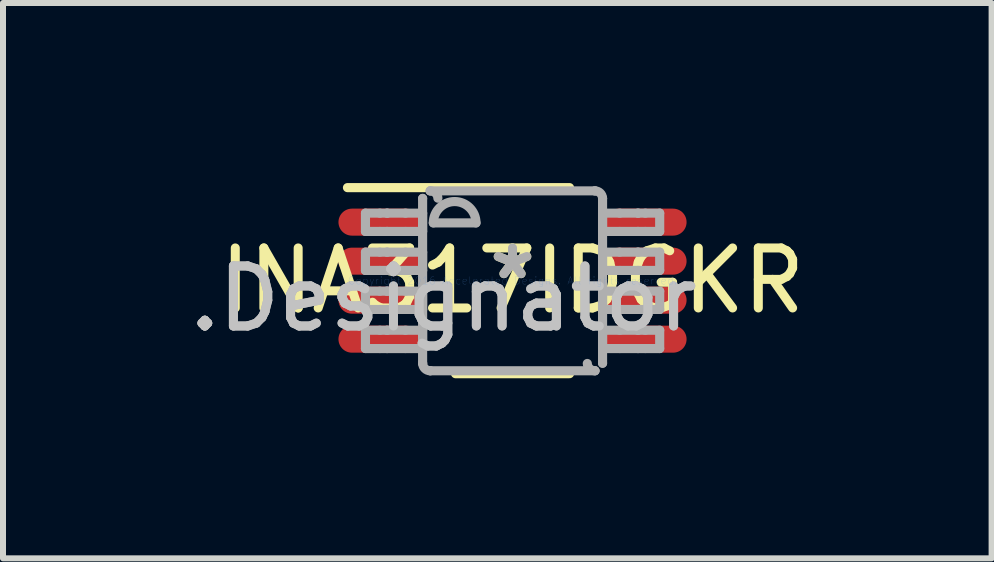
<source format=kicad_pcb>
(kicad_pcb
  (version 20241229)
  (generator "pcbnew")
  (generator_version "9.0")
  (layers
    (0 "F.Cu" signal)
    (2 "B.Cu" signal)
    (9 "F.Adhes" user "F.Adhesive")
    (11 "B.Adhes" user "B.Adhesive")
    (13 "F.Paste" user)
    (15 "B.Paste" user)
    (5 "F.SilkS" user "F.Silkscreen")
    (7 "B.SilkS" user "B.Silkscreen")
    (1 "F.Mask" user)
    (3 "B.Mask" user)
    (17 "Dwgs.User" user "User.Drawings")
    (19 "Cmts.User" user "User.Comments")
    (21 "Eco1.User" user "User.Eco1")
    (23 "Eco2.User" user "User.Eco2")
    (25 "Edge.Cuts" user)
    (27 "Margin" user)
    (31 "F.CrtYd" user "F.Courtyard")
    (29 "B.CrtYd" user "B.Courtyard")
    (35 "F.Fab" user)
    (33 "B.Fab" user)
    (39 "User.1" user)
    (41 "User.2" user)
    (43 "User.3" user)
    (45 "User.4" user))
  (footprint "INA317IDGKR"
    (layer "F.Cu")
    (at 5.489 1.626)
    (property "Reference" "INA317IDGKR" (at 0 0 0) (layer "F.SilkS") (effects (font (size 1 1) (thickness 0.15))))
    (attr through_hole)
    (fp_line (start -2.75 -1.55) (end 0.95 -1.55) (stroke (width 0.152) (type solid)) (layer "F.SilkS"))
    (fp_line (start -0.95 1.55) (end 0.95 1.55) (stroke (width 0.152) (type solid)) (layer "F.SilkS"))
    (fp_line (start -2.45 -1.125) (end -2.21 -1.125) (stroke (width 0.152) (type solid)) (layer "F.Fab"))
    (fp_line (start -2.45 -0.82) (end -2.45 -1.125) (stroke (width 0.152) (type solid)) (layer "F.Fab"))
    (fp_line (start -2.45 -0.82) (end -2.21 -0.82) (stroke (width 0.152) (type solid)) (layer "F.Fab"))
    (fp_line (start -2.45 -0.475) (end -2.21 -0.475) (stroke (width 0.152) (type solid)) (layer "F.Fab"))
    (fp_line (start -2.45 -0.17) (end -2.45 -0.475) (stroke (width 0.152) (type solid)) (layer "F.Fab"))
    (fp_line (start -2.45 -0.17) (end -2.21 -0.17) (stroke (width 0.152) (type solid)) (layer "F.Fab"))
    (fp_line (start -2.45 0.175) (end -2.21 0.175) (stroke (width 0.152) (type solid)) (layer "F.Fab"))
    (fp_line (start -2.45 0.48) (end -2.45 0.175) (stroke (width 0.152) (type solid)) (layer "F.Fab"))
    (fp_line (start -2.45 0.48) (end -2.21 0.48) (stroke (width 0.152) (type solid)) (layer "F.Fab"))
    (fp_line (start -2.45 0.826) (end -2.21 0.826) (stroke (width 0.152) (type solid)) (layer "F.Fab"))
    (fp_line (start -2.45 1.131) (end -2.45 0.826) (stroke (width 0.152) (type solid)) (layer "F.Fab"))
    (fp_line (start -2.45 1.131) (end -2.21 1.131) (stroke (width 0.152) (type solid)) (layer "F.Fab"))
    (fp_line (start -2.21 -1.125) (end -2.091 -1.125) (stroke (width 0.152) (type solid)) (layer "F.Fab"))
    (fp_line (start -2.21 -0.82) (end -2.091 -0.82) (stroke (width 0.152) (type solid)) (layer "F.Fab"))
    (fp_line (start -2.21 -0.475) (end -2.091 -0.475) (stroke (width 0.152) (type solid)) (layer "F.Fab"))
    (fp_line (start -2.21 -0.17) (end -2.091 -0.17) (stroke (width 0.152) (type solid)) (layer "F.Fab"))
    (fp_line (start -2.21 0.175) (end -2.091 0.175) (stroke (width 0.152) (type solid)) (layer "F.Fab"))
    (fp_line (start -2.21 0.48) (end -2.091 0.48) (stroke (width 0.152) (type solid)) (layer "F.Fab"))
    (fp_line (start -2.21 0.826) (end -2.091 0.826) (stroke (width 0.152) (type solid)) (layer "F.Fab"))
    (fp_line (start -2.21 1.131) (end -2.091 1.131) (stroke (width 0.152) (type solid)) (layer "F.Fab"))
    (fp_line (start -2.091 -1.125) (end -2.087 -1.125) (stroke (width 0.152) (type solid)) (layer "F.Fab"))
    (fp_line (start -2.091 -0.82) (end -2.087 -0.82) (stroke (width 0.152) (type solid)) (layer "F.Fab"))
    (fp_line (start -2.091 -0.475) (end -2.087 -0.475) (stroke (width 0.152) (type solid)) (layer "F.Fab"))
    (fp_line (start -2.091 -0.17) (end -2.087 -0.17) (stroke (width 0.152) (type solid)) (layer "F.Fab"))
    (fp_line (start -2.091 0.175) (end -2.087 0.175) (stroke (width 0.152) (type solid)) (layer "F.Fab"))
    (fp_line (start -2.091 0.48) (end -2.087 0.48) (stroke (width 0.152) (type solid)) (layer "F.Fab"))
    (fp_line (start -2.091 0.826) (end -2.087 0.826) (stroke (width 0.152) (type solid)) (layer "F.Fab"))
    (fp_line (start -2.091 1.131) (end -2.087 1.131) (stroke (width 0.152) (type solid)) (layer "F.Fab"))
    (fp_line (start -2.087 -1.125) (end -1.784 -1.125) (stroke (width 0.152) (type solid)) (layer "F.Fab"))
    (fp_line (start -2.087 -0.82) (end -1.784 -0.82) (stroke (width 0.152) (type solid)) (layer "F.Fab"))
    (fp_line (start -2.087 -0.475) (end -1.784 -0.475) (stroke (width 0.152) (type solid)) (layer "F.Fab"))
    (fp_line (start -2.087 -0.17) (end -1.784 -0.17) (stroke (width 0.152) (type solid)) (layer "F.Fab"))
    (fp_line (start -2.087 0.175) (end -1.784 0.175) (stroke (width 0.152) (type solid)) (layer "F.Fab"))
    (fp_line (start -2.087 0.48) (end -1.784 0.48) (stroke (width 0.152) (type solid)) (layer "F.Fab"))
    (fp_line (start -2.087 0.826) (end -1.784 0.826) (stroke (width 0.152) (type solid)) (layer "F.Fab"))
    (fp_line (start -2.087 1.131) (end -1.784 1.131) (stroke (width 0.152) (type solid)) (layer "F.Fab"))
    (fp_line (start -1.784 -1.125) (end -1.498 -1.125) (stroke (width 0.152) (type solid)) (layer "F.Fab"))
    (fp_line (start -1.784 -0.82) (end -1.498 -0.82) (stroke (width 0.152) (type solid)) (layer "F.Fab"))
    (fp_line (start -1.784 -0.475) (end -1.498 -0.475) (stroke (width 0.152) (type solid)) (layer "F.Fab"))
    (fp_line (start -1.784 -0.17) (end -1.498 -0.17) (stroke (width 0.152) (type solid)) (layer "F.Fab"))
    (fp_line (start -1.784 0.175) (end -1.498 0.175) (stroke (width 0.152) (type solid)) (layer "F.Fab"))
    (fp_line (start -1.784 0.48) (end -1.498 0.48) (stroke (width 0.152) (type solid)) (layer "F.Fab"))
    (fp_line (start -1.784 0.826) (end -1.498 0.826) (stroke (width 0.152) (type solid)) (layer "F.Fab"))
    (fp_line (start -1.784 1.131) (end -1.498 1.131) (stroke (width 0.152) (type solid)) (layer "F.Fab"))
    (fp_line (start -1.498 -1.369) (end -1.497 -1.372) (stroke (width 0.152) (type solid)) (layer "F.Fab"))
    (fp_line (start -1.498 -0.82) (end -1.498 -1.125) (stroke (width 0.152) (type solid)) (layer "F.Fab"))
    (fp_line (start -1.498 -0.17) (end -1.498 -0.475) (stroke (width 0.152) (type solid)) (layer "F.Fab"))
    (fp_line (start -1.498 0.48) (end -1.498 0.175) (stroke (width 0.152) (type solid)) (layer "F.Fab"))
    (fp_line (start -1.498 1.131) (end -1.498 0.826) (stroke (width 0.152) (type solid)) (layer "F.Fab"))
    (fp_line (start -1.498 1.374) (end -1.498 -1.369) (stroke (width 0.152) (type solid)) (layer "F.Fab"))
    (fp_line (start -1.498 1.374) (end -1.497 1.377) (stroke (width 0.152) (type solid)) (layer "F.Fab"))
    (fp_line (start -1.373 -1.496) (end -1.371 -1.496) (stroke (width 0.152) (type solid)) (layer "F.Fab"))
    (fp_line (start -1.373 1.501) (end -1.371 1.501) (stroke (width 0.152) (type solid)) (layer "F.Fab"))
    (fp_line (start -1.371 -1.496) (end 1.373 -1.496) (stroke (width 0.152) (type solid)) (layer "F.Fab"))
    (fp_line (start -1.371 1.501) (end 1.373 1.501) (stroke (width 0.152) (type solid)) (layer "F.Fab"))
    (fp_line (start -1.32 -0.962) (end -0.609 -0.962) (stroke (width 0.152) (type solid)) (layer "F.Fab"))
    (fp_line (start 1.373 -1.496) (end 1.375 -1.496) (stroke (width 0.152) (type solid)) (layer "F.Fab"))
    (fp_line (start 1.373 1.501) (end 1.375 1.501) (stroke (width 0.152) (type solid)) (layer "F.Fab"))
    (fp_line (start 1.5 -1.372) (end 1.5 -1.369) (stroke (width 0.152) (type solid)) (layer "F.Fab"))
    (fp_line (start 1.5 1.377) (end 1.5 1.374) (stroke (width 0.152) (type solid)) (layer "F.Fab"))
    (fp_line (start 1.5 -1.125) (end 1.786 -1.125) (stroke (width 0.152) (type solid)) (layer "F.Fab"))
    (fp_line (start 1.5 -0.82) (end 1.5 -1.125) (stroke (width 0.152) (type solid)) (layer "F.Fab"))
    (fp_line (start 1.5 -0.82) (end 1.786 -0.82) (stroke (width 0.152) (type solid)) (layer "F.Fab"))
    (fp_line (start 1.5 -0.475) (end 1.786 -0.475) (stroke (width 0.152) (type solid)) (layer "F.Fab"))
    (fp_line (start 1.5 -0.17) (end 1.5 -0.475) (stroke (width 0.152) (type solid)) (layer "F.Fab"))
    (fp_line (start 1.5 -0.17) (end 1.786 -0.17) (stroke (width 0.152) (type solid)) (layer "F.Fab"))
    (fp_line (start 1.5 0.175) (end 1.786 0.175) (stroke (width 0.152) (type solid)) (layer "F.Fab"))
    (fp_line (start 1.5 0.48) (end 1.5 0.175) (stroke (width 0.152) (type solid)) (layer "F.Fab"))
    (fp_line (start 1.5 0.48) (end 1.786 0.48) (stroke (width 0.152) (type solid)) (layer "F.Fab"))
    (fp_line (start 1.5 0.826) (end 1.786 0.826) (stroke (width 0.152) (type solid)) (layer "F.Fab"))
    (fp_line (start 1.5 1.131) (end 1.5 0.826) (stroke (width 0.152) (type solid)) (layer "F.Fab"))
    (fp_line (start 1.5 1.131) (end 1.786 1.131) (stroke (width 0.152) (type solid)) (layer "F.Fab"))
    (fp_line (start 1.5 1.374) (end 1.5 -1.369) (stroke (width 0.152) (type solid)) (layer "F.Fab"))
    (fp_line (start 1.786 -1.125) (end 2.089 -1.125) (stroke (width 0.152) (type solid)) (layer "F.Fab"))
    (fp_line (start 1.786 -0.82) (end 2.089 -0.82) (stroke (width 0.152) (type solid)) (layer "F.Fab"))
    (fp_line (start 1.786 -0.475) (end 2.089 -0.475) (stroke (width 0.152) (type solid)) (layer "F.Fab"))
    (fp_line (start 1.786 -0.17) (end 2.089 -0.17) (stroke (width 0.152) (type solid)) (layer "F.Fab"))
    (fp_line (start 1.786 0.175) (end 2.089 0.175) (stroke (width 0.152) (type solid)) (layer "F.Fab"))
    (fp_line (start 1.786 0.48) (end 2.089 0.48) (stroke (width 0.152) (type solid)) (layer "F.Fab"))
    (fp_line (start 1.786 0.826) (end 2.089 0.826) (stroke (width 0.152) (type solid)) (layer "F.Fab"))
    (fp_line (start 1.786 1.131) (end 2.089 1.131) (stroke (width 0.152) (type solid)) (layer "F.Fab"))
    (fp_line (start 2.089 -1.125) (end 2.093 -1.125) (stroke (width 0.152) (type solid)) (layer "F.Fab"))
    (fp_line (start 2.089 -0.82) (end 2.093 -0.82) (stroke (width 0.152) (type solid)) (layer "F.Fab"))
    (fp_line (start 2.089 -0.475) (end 2.093 -0.475) (stroke (width 0.152) (type solid)) (layer "F.Fab"))
    (fp_line (start 2.089 -0.17) (end 2.093 -0.17) (stroke (width 0.152) (type solid)) (layer "F.Fab"))
    (fp_line (start 2.089 0.175) (end 2.093 0.175) (stroke (width 0.152) (type solid)) (layer "F.Fab"))
    (fp_line (start 2.089 0.48) (end 2.093 0.48) (stroke (width 0.152) (type solid)) (layer "F.Fab"))
    (fp_line (start 2.089 0.826) (end 2.093 0.826) (stroke (width 0.152) (type solid)) (layer "F.Fab"))
    (fp_line (start 2.089 1.131) (end 2.093 1.131) (stroke (width 0.152) (type solid)) (layer "F.Fab"))
    (fp_line (start 2.093 -1.125) (end 2.213 -1.125) (stroke (width 0.152) (type solid)) (layer "F.Fab"))
    (fp_line (start 2.093 -0.82) (end 2.213 -0.82) (stroke (width 0.152) (type solid)) (layer "F.Fab"))
    (fp_line (start 2.093 -0.475) (end 2.213 -0.475) (stroke (width 0.152) (type solid)) (layer "F.Fab"))
    (fp_line (start 2.093 -0.17) (end 2.213 -0.17) (stroke (width 0.152) (type solid)) (layer "F.Fab"))
    (fp_line (start 2.093 0.175) (end 2.213 0.175) (stroke (width 0.152) (type solid)) (layer "F.Fab"))
    (fp_line (start 2.093 0.48) (end 2.213 0.48) (stroke (width 0.152) (type solid)) (layer "F.Fab"))
    (fp_line (start 2.093 0.826) (end 2.213 0.826) (stroke (width 0.152) (type solid)) (layer "F.Fab"))
    (fp_line (start 2.093 1.131) (end 2.213 1.131) (stroke (width 0.152) (type solid)) (layer "F.Fab"))
    (fp_line (start 2.213 -1.125) (end 2.452 -1.125) (stroke (width 0.152) (type solid)) (layer "F.Fab"))
    (fp_line (start 2.213 -0.82) (end 2.452 -0.82) (stroke (width 0.152) (type solid)) (layer "F.Fab"))
    (fp_line (start 2.213 -0.475) (end 2.452 -0.475) (stroke (width 0.152) (type solid)) (layer "F.Fab"))
    (fp_line (start 2.213 -0.17) (end 2.452 -0.17) (stroke (width 0.152) (type solid)) (layer "F.Fab"))
    (fp_line (start 2.213 0.175) (end 2.452 0.175) (stroke (width 0.152) (type solid)) (layer "F.Fab"))
    (fp_line (start 2.213 0.48) (end 2.452 0.48) (stroke (width 0.152) (type solid)) (layer "F.Fab"))
    (fp_line (start 2.213 0.826) (end 2.452 0.826) (stroke (width 0.152) (type solid)) (layer "F.Fab"))
    (fp_line (start 2.213 1.131) (end 2.452 1.131) (stroke (width 0.152) (type solid)) (layer "F.Fab"))
    (fp_line (start 2.452 -0.82) (end 2.452 -1.125) (stroke (width 0.152) (type solid)) (layer "F.Fab"))
    (fp_line (start 2.452 -0.17) (end 2.452 -0.475) (stroke (width 0.152) (type solid)) (layer "F.Fab"))
    (fp_line (start 2.452 0.48) (end 2.452 0.175) (stroke (width 0.152) (type solid)) (layer "F.Fab"))
    (fp_line (start 2.452 1.131) (end 2.452 0.826) (stroke (width 0.152) (type solid)) (layer "F.Fab"))
    (fp_arc (start -1.370498 -1.495844) (mid -1.282652 -1.460565) (end -1.243609 -1.374326) (stroke (width 0.1524) (type solid)) (layer "F.Fab"))
    (fp_arc (start -1.370498 1.501366) (mid -1.458344 1.466087) (end -1.497387 1.379848) (stroke (width 0.1524) (type solid)) (layer "F.Fab"))
    (fp_arc (start -1.3197 -0.962439) (mid -0.9641 -1.318039) (end -0.6085 -0.962439) (stroke (width 0.1524) (type solid)) (layer "F.Fab"))
    (fp_arc (start 1.372697 -1.495844) (mid 1.460543 -1.460565) (end 1.499586 -1.374326) (stroke (width 0.1524) (type solid)) (layer "F.Fab"))
    (fp_arc (start 1.372697 1.501366) (mid 1.284851 1.466087) (end 1.245808 1.379848) (stroke (width 0.1524) (type solid)) (layer "F.Fab"))
    (fp_text user "*" (at 0 0 0) (layer "F.SilkS") (effects (font (size 1 1) (thickness 0.15))))
    (fp_text user ".Designator" (at -1.15 0.3 0) (layer "Dwgs.User") (effects (font (size 1 1) (thickness 0.15))))
    (fp_text user "Copyright 2016 Accelerated Designs. All rights reserved." (at 0 0 0) (layer "Cmts.User") (effects (font (size 0.127 0.127) (thickness 0.002))))
    (fp_text user ".Designator" (at -1.15 0.3 0) (layer "F.Fab") (effects (font (size 1 1) (thickness 0.15))))
    (fp_text user "*" (at 0 0 0) (layer "F.Fab") (effects (font (size 1 1) (thickness 0.15))))
    (pad "1" smd oval (at -2.225 -0.975 90) (size 0.45 1.35) (layers "F.Cu" "F.Mask" "F.Paste"))
    (pad "2" smd oval (at -2.225 -0.325 90) (size 0.45 1.35) (layers "F.Cu" "F.Mask" "F.Paste"))
    (pad "3" smd oval (at -2.225 0.325 90) (size 0.45 1.35) (layers "F.Cu" "F.Mask" "F.Paste"))
    (pad "4" smd oval (at -2.225 0.975 90) (size 0.45 1.35) (layers "F.Cu" "F.Mask" "F.Paste"))
    (pad "5" smd oval (at 2.225 0.975 90) (size 0.45 1.35) (layers "F.Cu" "F.Mask" "F.Paste"))
    (pad "6" smd oval (at 2.225 0.325 90) (size 0.45 1.35) (layers "F.Cu" "F.Mask" "F.Paste"))
    (pad "7" smd oval (at 2.225 -0.325 90) (size 0.45 1.35) (layers "F.Cu" "F.Mask" "F.Paste"))
    (pad "8" smd oval (at 2.225 -0.975 90) (size 0.45 1.35) (layers "F.Cu" "F.Mask" "F.Paste")))
  (gr_rect
    (start -3 -3)
    (end 13.471 6.252)
    (stroke (width 0.1) (type default))
    (fill no)
    (layer "Edge.Cuts")))
</source>
